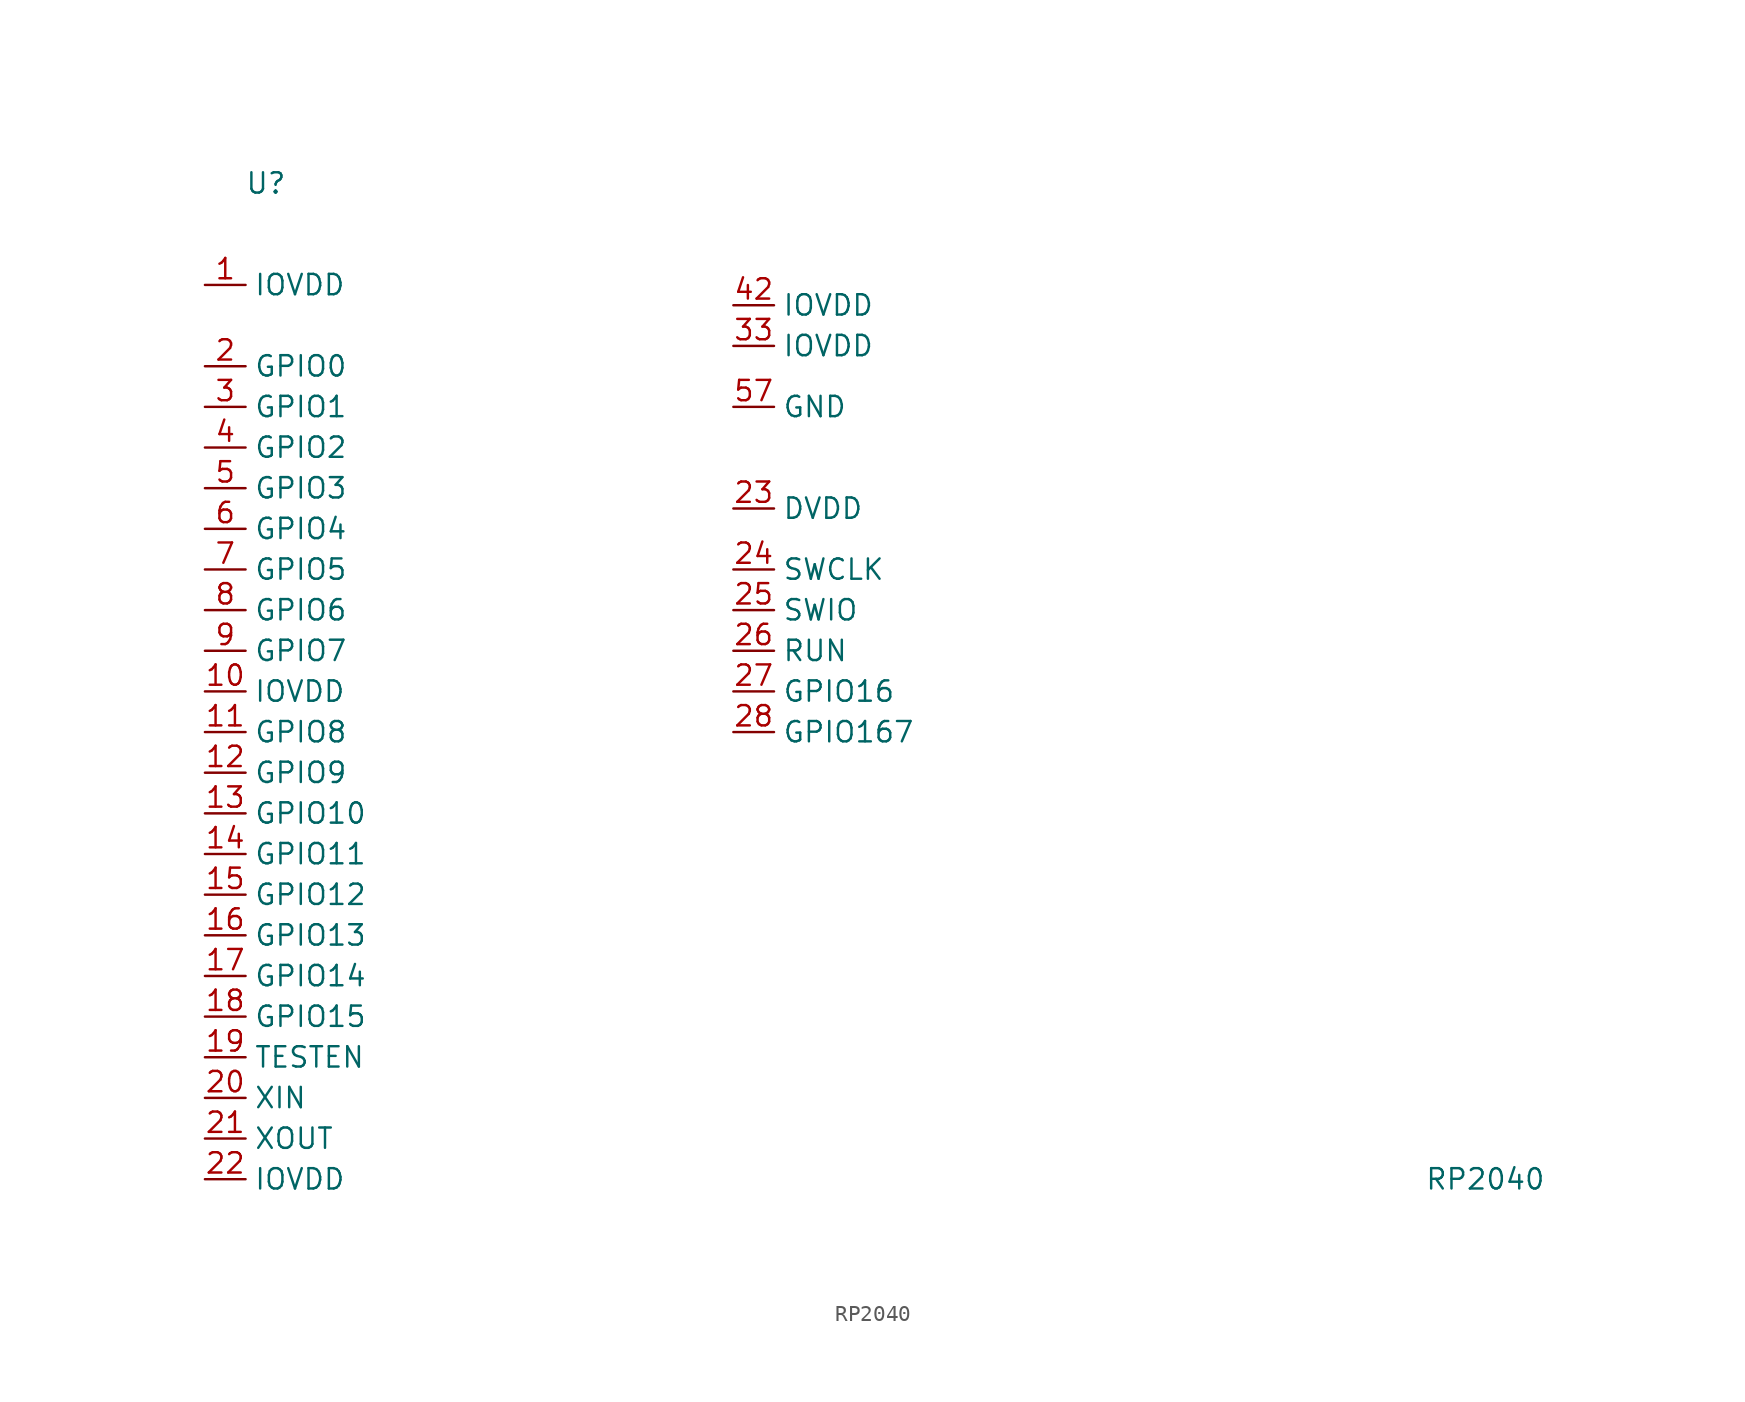
<source format=kicad_sym>
(kicad_symbol_lib
  (version 20211014)
  (generator kicad_symbol_editor)
  (symbol "RP2040"
    (property "Reference" "U"
      (at 1.27 1.27 0)
      (effects (font (size 1.27 1.27))))
    (property "Value" "RP2040"
      (at 77.47 -60.96 0)
      (effects (font (size 1.27 1.27))))
    (symbol "RP2040_1_1"
      (pin power_in line (at -2.54 -5.08 0) (length 2.54) (name "IOVDD" (effects (font (size 1.27 1.27)))) (number "1" (effects (font (size 1.27 1.27)))))
      (pin power_in line (at -2.54 -30.48 0) (length 2.54) (name "IOVDD" (effects (font (size 1.27 1.27)))) (number "10" (effects (font (size 1.27 1.27)))))
      (pin bidirectional line (at -2.54 -33.02 0) (length 2.54) (name "GPIO8" (effects (font (size 1.27 1.27)))) (number "11" (effects (font (size 1.27 1.27)))))
      (pin bidirectional line (at -2.54 -35.56 0) (length 2.54) (name "GPIO9" (effects (font (size 1.27 1.27)))) (number "12" (effects (font (size 1.27 1.27)))))
      (pin bidirectional line (at -2.54 -38.1 0) (length 2.54) (name "GPIO10" (effects (font (size 1.27 1.27)))) (number "13" (effects (font (size 1.27 1.27)))))
      (pin bidirectional line (at -2.54 -40.64 0) (length 2.54) (name "GPIO11" (effects (font (size 1.27 1.27)))) (number "14" (effects (font (size 1.27 1.27)))))
      (pin bidirectional line (at -2.54 -43.18 0) (length 2.54) (name "GPIO12" (effects (font (size 1.27 1.27)))) (number "15" (effects (font (size 1.27 1.27)))))
      (pin bidirectional line (at -2.54 -45.72 0) (length 2.54) (name "GPIO13" (effects (font (size 1.27 1.27)))) (number "16" (effects (font (size 1.27 1.27)))))
      (pin bidirectional line (at -2.54 -48.26 0) (length 2.54) (name "GPIO14" (effects (font (size 1.27 1.27)))) (number "17" (effects (font (size 1.27 1.27)))))
      (pin bidirectional line (at -2.54 -50.8 0) (length 2.54) (name "GPIO15" (effects (font (size 1.27 1.27)))) (number "18" (effects (font (size 1.27 1.27)))))
      (pin bidirectional line (at -2.54 -53.34 0) (length 2.54) (name "TESTEN" (effects (font (size 1.27 1.27)))) (number "19" (effects (font (size 1.27 1.27)))))
      (pin bidirectional line (at -2.54 -10.16 0) (length 2.54) (name "GPIO0" (effects (font (size 1.27 1.27)))) (number "2" (effects (font (size 1.27 1.27)))))
      (pin bidirectional line (at -2.54 -55.88 0) (length 2.54) (name "XIN" (effects (font (size 1.27 1.27)))) (number "20" (effects (font (size 1.27 1.27)))))
      (pin bidirectional line (at -2.54 -58.42 0) (length 2.54) (name "XOUT" (effects (font (size 1.27 1.27)))) (number "21" (effects (font (size 1.27 1.27)))))
      (pin power_in line (at -2.54 -60.96 0) (length 2.54) (name "IOVDD" (effects (font (size 1.27 1.27)))) (number "22" (effects (font (size 1.27 1.27)))))
      (pin power_in line (at 30.48 -19.05 0) (length 2.54) (name "DVDD" (effects (font (size 1.27 1.27)))) (number "23" (effects (font (size 1.27 1.27)))))
      (pin bidirectional line (at 30.48 -22.86 0) (length 2.54) (name "SWCLK" (effects (font (size 1.27 1.27)))) (number "24" (effects (font (size 1.27 1.27)))))
      (pin bidirectional line (at 30.48 -25.4 0) (length 2.54) (name "SWIO" (effects (font (size 1.27 1.27)))) (number "25" (effects (font (size 1.27 1.27)))))
      (pin bidirectional line (at 30.48 -27.94 0) (length 2.54) (name "RUN" (effects (font (size 1.27 1.27)))) (number "26" (effects (font (size 1.27 1.27)))))
      (pin bidirectional line (at 30.48 -30.48 0) (length 2.54) (name "GPIO16" (effects (font (size 1.27 1.27)))) (number "27" (effects (font (size 1.27 1.27)))))
      (pin bidirectional line (at 30.48 -33.02 0) (length 2.54) (name "GPIO167" (effects (font (size 1.27 1.27)))) (number "28" (effects (font (size 1.27 1.27)))))
      (pin bidirectional line (at -2.54 -12.7 0) (length 2.54) (name "GPIO1" (effects (font (size 1.27 1.27)))) (number "3" (effects (font (size 1.27 1.27)))))
      (pin power_in line (at 30.48 -8.89 0) (length 2.54) (name "IOVDD" (effects (font (size 1.27 1.27)))) (number "33" (effects (font (size 1.27 1.27)))))
      (pin bidirectional line (at -2.54 -15.24 0) (length 2.54) (name "GPIO2" (effects (font (size 1.27 1.27)))) (number "4" (effects (font (size 1.27 1.27)))))
      (pin power_in line (at 30.48 -6.35 0) (length 2.54) (name "IOVDD" (effects (font (size 1.27 1.27)))) (number "42" (effects (font (size 1.27 1.27)))))
      (pin bidirectional line (at -2.54 -17.78 0) (length 2.54) (name "GPIO3" (effects (font (size 1.27 1.27)))) (number "5" (effects (font (size 1.27 1.27)))))
      (pin power_in line (at 30.48 -12.7 0) (length 2.54) (name "GND" (effects (font (size 1.27 1.27)))) (number "57" (effects (font (size 1.27 1.27)))))
      (pin bidirectional line (at -2.54 -20.32 0) (length 2.54) (name "GPIO4" (effects (font (size 1.27 1.27)))) (number "6" (effects (font (size 1.27 1.27)))))
      (pin bidirectional line (at -2.54 -22.86 0) (length 2.54) (name "GPIO5" (effects (font (size 1.27 1.27)))) (number "7" (effects (font (size 1.27 1.27)))))
      (pin bidirectional line (at -2.54 -25.4 0) (length 2.54) (name "GPIO6" (effects (font (size 1.27 1.27)))) (number "8" (effects (font (size 1.27 1.27)))))
      (pin bidirectional line (at -2.54 -27.94 0) (length 2.54) (name "GPIO7" (effects (font (size 1.27 1.27)))) (number "9" (effects (font (size 1.27 1.27))))))))
</source>
